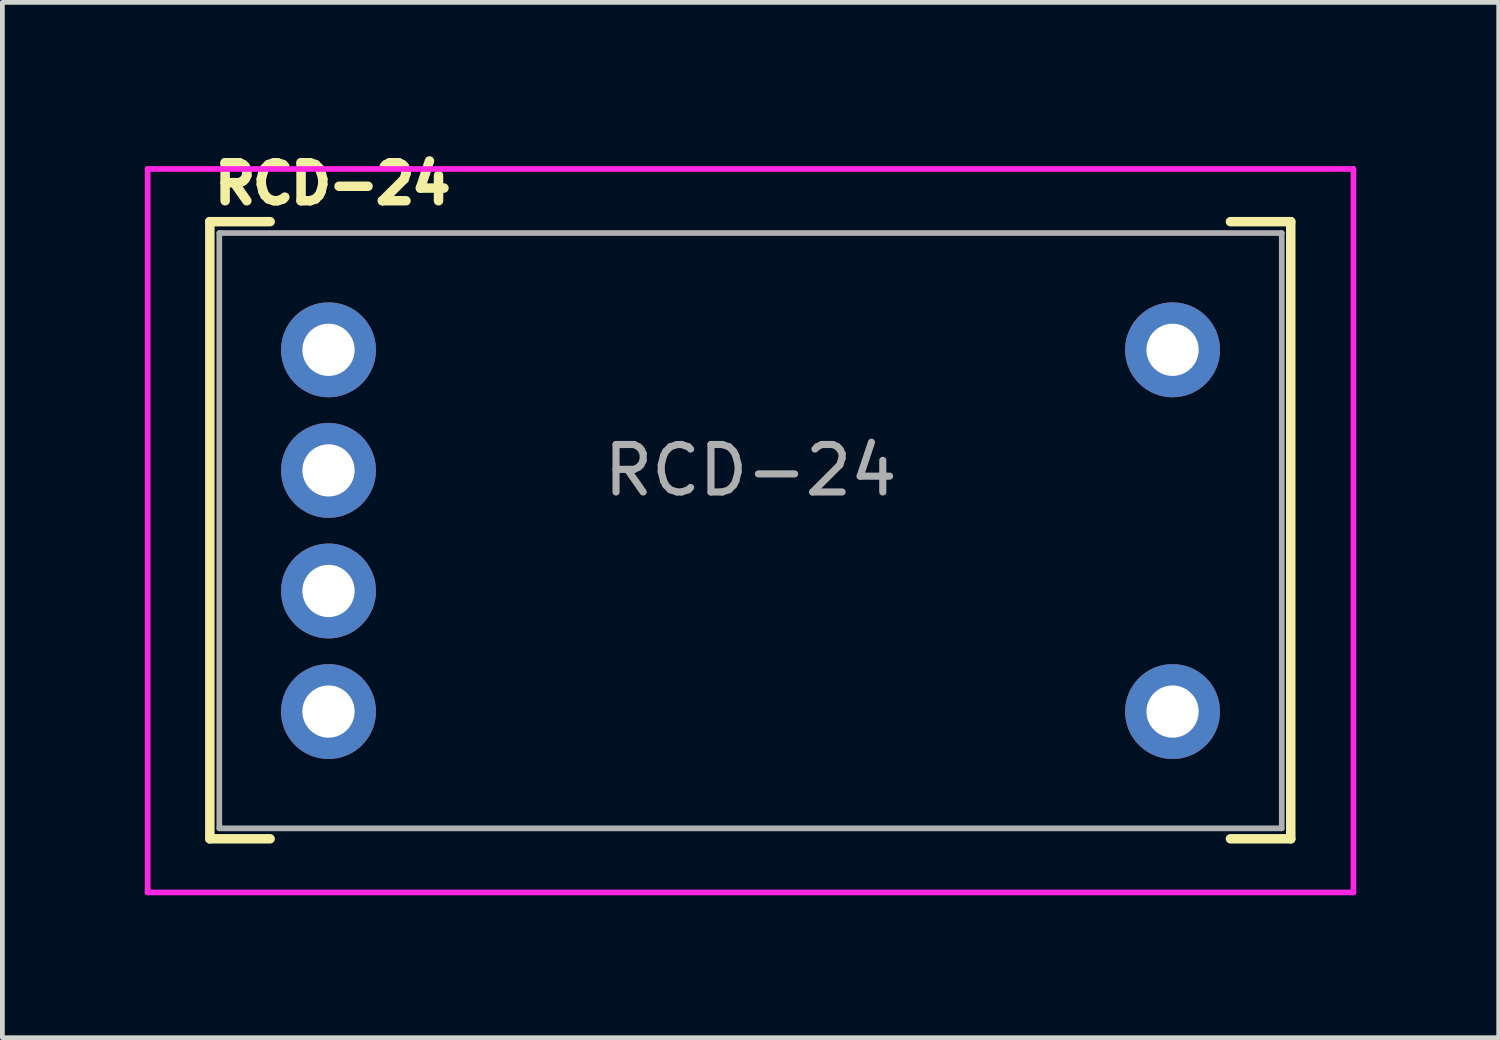
<source format=kicad_pcb>
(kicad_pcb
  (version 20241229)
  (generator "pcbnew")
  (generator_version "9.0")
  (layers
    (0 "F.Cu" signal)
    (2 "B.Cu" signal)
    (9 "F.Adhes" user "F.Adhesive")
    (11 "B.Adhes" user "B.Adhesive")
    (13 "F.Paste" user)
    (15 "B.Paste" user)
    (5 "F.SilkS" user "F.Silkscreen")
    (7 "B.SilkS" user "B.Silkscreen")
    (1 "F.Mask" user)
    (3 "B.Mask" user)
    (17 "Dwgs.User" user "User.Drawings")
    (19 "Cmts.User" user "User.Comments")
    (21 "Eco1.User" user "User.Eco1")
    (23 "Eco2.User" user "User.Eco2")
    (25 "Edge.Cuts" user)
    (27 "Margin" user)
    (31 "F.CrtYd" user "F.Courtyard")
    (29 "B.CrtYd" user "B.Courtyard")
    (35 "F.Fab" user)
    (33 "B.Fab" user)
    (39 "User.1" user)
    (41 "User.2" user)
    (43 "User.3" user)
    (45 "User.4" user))
  (footprint "RCD-24"
    (layer "F.Cu")
    (at 3.87 4.319)
    (property "Reference" "RCD-24" (at -2.5 -3.5 0) (layer "F.SilkS") (effects (font (size 0.8 0.8) (thickness 0.2)) (justify left)))
    (attr through_hole)
    (fp_line (start -2.5 -2.7) (end -2.5 10.3) (stroke (width 0.2) (type solid)) (layer "F.SilkS"))
    (fp_line (start -2.5 -2.7) (end -1.23 -2.7) (stroke (width 0.2) (type solid)) (layer "F.SilkS"))
    (fp_line (start -2.5 10.3) (end -1.23 10.3) (stroke (width 0.2) (type solid)) (layer "F.SilkS"))
    (fp_line (start 19 -2.7) (end 20.27 -2.7) (stroke (width 0.2) (type solid)) (layer "F.SilkS"))
    (fp_line (start 19 10.3) (end 20.27 10.3) (stroke (width 0.2) (type solid)) (layer "F.SilkS"))
    (fp_line (start 20.27 -2.7) (end 20.27 10.3) (stroke (width 0.2) (type solid)) (layer "F.SilkS"))
    (fp_line (start -3.81 -3.81) (end 21.59 -3.81) (stroke (width 0.12) (type solid)) (layer "F.CrtYd"))
    (fp_line (start -3.81 11.43) (end -3.81 -3.81) (stroke (width 0.12) (type solid)) (layer "F.CrtYd"))
    (fp_line (start 21.59 -3.81) (end 21.59 11.43) (stroke (width 0.12) (type solid)) (layer "F.CrtYd"))
    (fp_line (start 21.59 11.43) (end -3.81 11.43) (stroke (width 0.12) (type solid)) (layer "F.CrtYd"))
    (fp_line (start -2.3 -2.46) (end 20.08 -2.46) (stroke (width 0.12) (type solid)) (layer "F.Fab"))
    (fp_line (start -2.3 10.08) (end -2.3 -2.46) (stroke (width 0.12) (type solid)) (layer "F.Fab"))
    (fp_line (start 20.08 -2.46) (end 20.08 10.08) (stroke (width 0.12) (type solid)) (layer "F.Fab"))
    (fp_line (start 20.08 10.08) (end -2.3 10.08) (stroke (width 0.12) (type solid)) (layer "F.Fab"))
    (fp_text user "${REFERENCE}" (at 8.89 2.54 0) (layer "F.Fab") (effects (font (size 1 1) (thickness 0.15))))
    (pad "1" thru_hole circle (at 0 0) (size 2 2) (drill 1.1) (layers "*.Cu" "*.Mask"))
    (pad "2" thru_hole circle (at 0 2.54) (size 2 2) (drill 1.1) (layers "*.Cu" "*.Mask"))
    (pad "3" thru_hole circle (at 0 5.08) (size 2 2) (drill 1.1) (layers "*.Cu" "*.Mask"))
    (pad "4" thru_hole circle (at 0 7.62) (size 2 2) (drill 1.1) (layers "*.Cu" "*.Mask"))
    (pad "5" thru_hole circle (at 17.78 7.62) (size 2 2) (drill 1.1) (layers "*.Cu" "*.Mask"))
    (pad "6" thru_hole circle (at 17.78 0) (size 2 2) (drill 1.1) (layers "*.Cu" "*.Mask")))
  (gr_rect
    (start -3 -3)
    (end 28.52 18.809)
    (stroke (width 0.1) (type default))
    (fill no)
    (layer "Edge.Cuts")))
</source>
